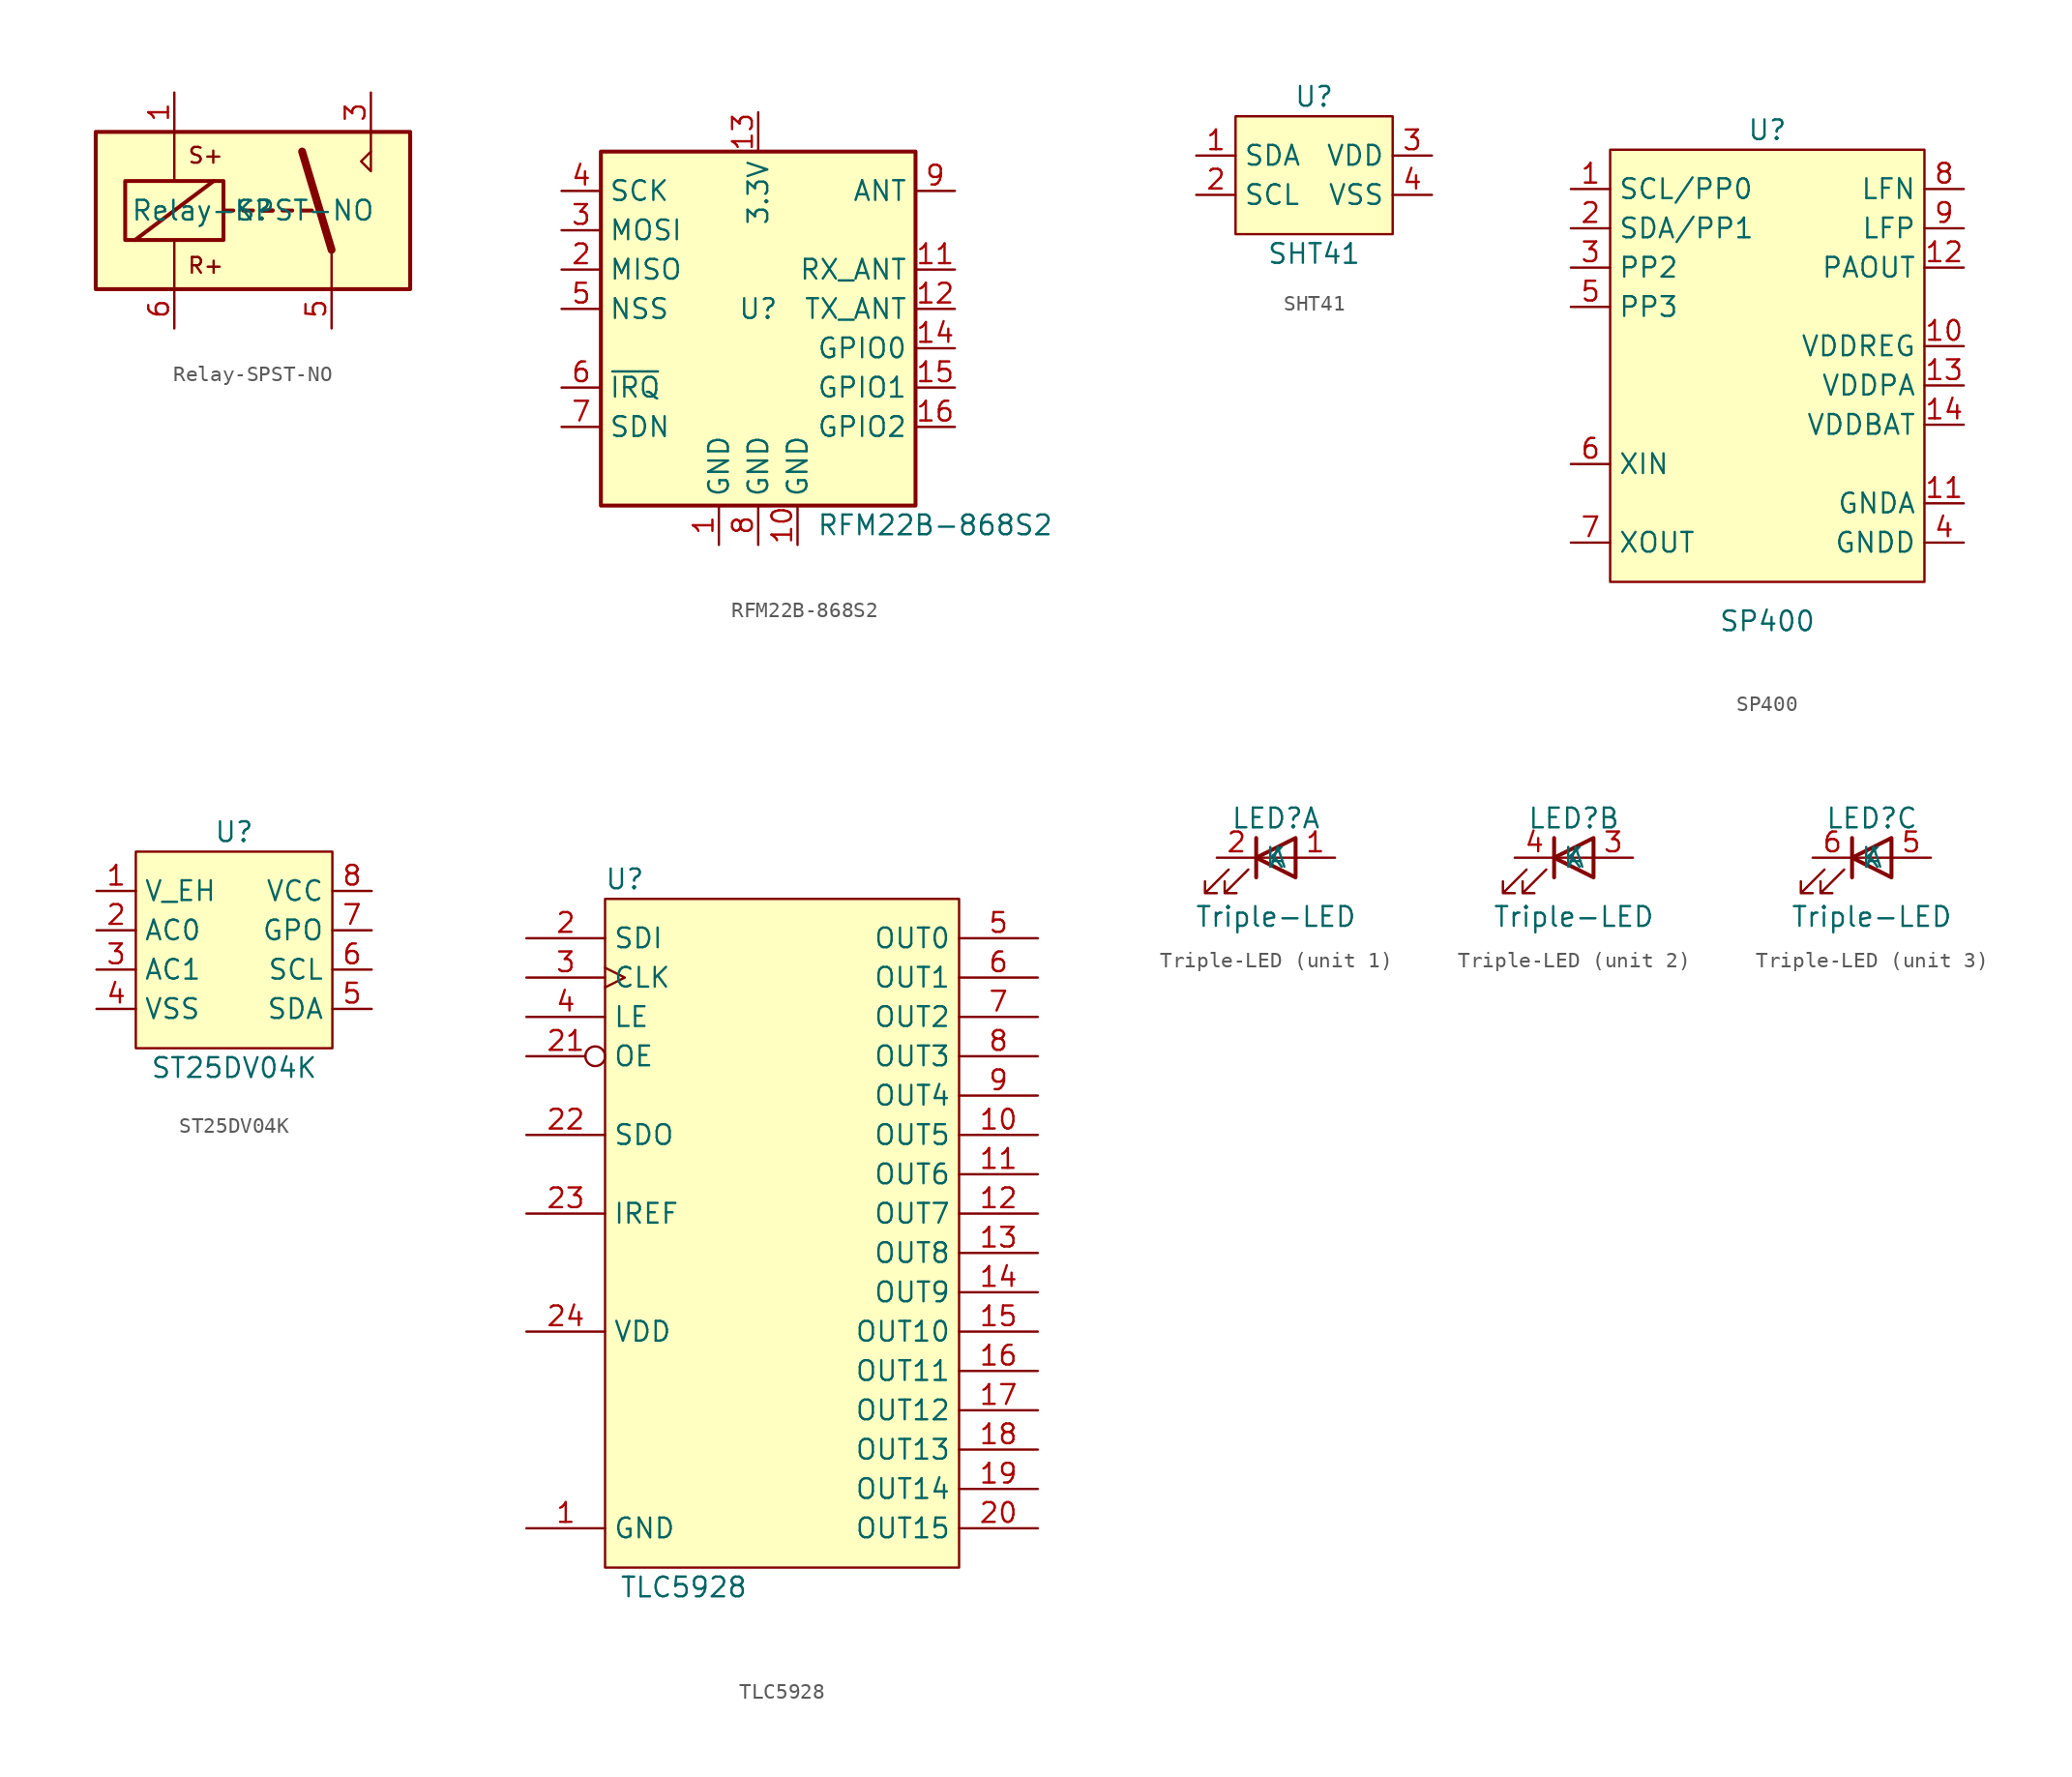
<source format=kicad_sym>
(kicad_symbol_lib
  (version 20211014)
  (generator kicad_symbol_editor)
  (symbol "Relay-SPST-NO"
    (property "Reference" "K"
      (at 0 0 0)
      (effects (font (size 1.27 1.27))))
    (property "Value" "Relay-SPST-NO"
      (at 0 0 0)
      (effects (font (size 1.27 1.27))))
    (symbol "Relay-SPST-NO_1_1"
      (rectangle (start -10.16 5.08) (end 10.16 -5.08) (stroke (width 0.254) (type default) (color 0 0 0 0)) (fill (type background)))
      (rectangle (start -8.255 1.905) (end -1.905 -1.905) (stroke (width 0.254) (type default) (color 0 0 0 0)) (fill (type none)))
      (polyline (pts (xy -7.62 -1.905) (xy -2.54 1.905)) (stroke (width 0.254) (type default) (color 0 0 0 0)) (fill (type none)))
      (polyline (pts (xy -5.08 -5.08) (xy -5.08 -1.905)) (stroke (width 0) (type default) (color 0 0 0 0)) (fill (type none)))
      (polyline (pts (xy -5.08 5.08) (xy -5.08 1.905)) (stroke (width 0) (type default) (color 0 0 0 0)) (fill (type none)))
      (polyline (pts (xy -1.905 0) (xy -1.27 0)) (stroke (width 0.254) (type default) (color 0 0 0 0)) (fill (type none)))
      (polyline (pts (xy -0.635 0) (xy 0 0)) (stroke (width 0.254) (type default) (color 0 0 0 0)) (fill (type none)))
      (polyline (pts (xy 0.635 0) (xy 1.27 0)) (stroke (width 0.254) (type default) (color 0 0 0 0)) (fill (type none)))
      (polyline (pts (xy 0.635 0) (xy 1.27 0)) (stroke (width 0.254) (type default) (color 0 0 0 0)) (fill (type none)))
      (polyline (pts (xy 1.905 0) (xy 2.54 0)) (stroke (width 0.254) (type default) (color 0 0 0 0)) (fill (type none)))
      (polyline (pts (xy 3.175 0) (xy 3.81 0)) (stroke (width 0.254) (type default) (color 0 0 0 0)) (fill (type none)))
      (polyline (pts (xy 5.08 -2.54) (xy 3.175 3.81)) (stroke (width 0.508) (type default) (color 0 0 0 0)) (fill (type none)))
      (polyline (pts (xy 5.08 -2.54) (xy 5.08 -5.08)) (stroke (width 0) (type default) (color 0 0 0 0)) (fill (type none)))
      (polyline (pts (xy 7.62 3.81) (xy 7.62 5.08)) (stroke (width 0) (type default) (color 0 0 0 0)) (fill (type none)))
      (polyline (pts (xy 7.62 3.81) (xy 7.62 2.54) (xy 6.985 3.175) (xy 7.62 3.81)) (stroke (width 0) (type default) (color 0 0 0 0)) (fill (type none)))
      (text "R+" (at -3.048 -3.556 0) (effects (font (size 1.016 1.016))))
      (text "S+" (at -3.048 3.556 0) (effects (font (size 1.016 1.016))))
      (pin passive line (at -5.08 7.62 270) (length 2.54) (name "~" (effects (font (size 1.27 1.27)))) (number "1" (effects (font (size 1.27 1.27)))))
      (pin passive line (at 7.62 7.62 270) (length 2.54) (name "~" (effects (font (size 1.27 1.27)))) (number "3" (effects (font (size 1.27 1.27)))))
      (pin passive line (at 5.08 -7.62 90) (length 2.54) (name "~" (effects (font (size 1.27 1.27)))) (number "5" (effects (font (size 1.27 1.27)))))
      (pin passive line (at -5.08 -7.62 90) (length 2.54) (name "~" (effects (font (size 1.27 1.27)))) (number "6" (effects (font (size 1.27 1.27)))))))
  (symbol "RFM22B-868S2"
    (property "Reference" "U"
      (at 0 1.27 0)
      (effects (font (size 1.27 1.27))))
    (property "Value" "RFM22B-868S2"
      (at 11.43 -12.7 0)
      (effects (font (size 1.27 1.27))))
    (symbol "RFM22B-868S2_0_1"
      (rectangle (start -10.16 11.43) (end 10.16 -11.43) (stroke (width 0.254) (type default) (color 0 0 0 0)) (fill (type background))))
    (symbol "RFM22B-868S2_1_1"
      (pin power_in line (at -2.54 -13.97 90) (length 2.54) (name "GND" (effects (font (size 1.27 1.27)))) (number "1" (effects (font (size 1.27 1.27)))))
      (pin power_in line (at 2.54 -13.97 90) (length 2.54) (name "GND" (effects (font (size 1.27 1.27)))) (number "10" (effects (font (size 1.27 1.27)))))
      (pin bidirectional line (at 12.7 3.81 180) (length 2.54) (name "RX_ANT" (effects (font (size 1.27 1.27)))) (number "11" (effects (font (size 1.27 1.27)))))
      (pin bidirectional line (at 12.7 1.27 180) (length 2.54) (name "TX_ANT" (effects (font (size 1.27 1.27)))) (number "12" (effects (font (size 1.27 1.27)))))
      (pin power_in line (at 0 13.97 270) (length 2.54) (name "3.3V" (effects (font (size 1.27 1.27)))) (number "13" (effects (font (size 1.27 1.27)))))
      (pin bidirectional line (at 12.7 -1.27 180) (length 2.54) (name "GPIO0" (effects (font (size 1.27 1.27)))) (number "14" (effects (font (size 1.27 1.27)))))
      (pin bidirectional line (at 12.7 -3.81 180) (length 2.54) (name "GPIO1" (effects (font (size 1.27 1.27)))) (number "15" (effects (font (size 1.27 1.27)))))
      (pin bidirectional line (at 12.7 -6.35 180) (length 2.54) (name "GPIO2" (effects (font (size 1.27 1.27)))) (number "16" (effects (font (size 1.27 1.27)))))
      (pin output line (at -12.7 3.81 0) (length 2.54) (name "MISO" (effects (font (size 1.27 1.27)))) (number "2" (effects (font (size 1.27 1.27)))))
      (pin input line (at -12.7 6.35 0) (length 2.54) (name "MOSI" (effects (font (size 1.27 1.27)))) (number "3" (effects (font (size 1.27 1.27)))))
      (pin input line (at -12.7 8.89 0) (length 2.54) (name "SCK" (effects (font (size 1.27 1.27)))) (number "4" (effects (font (size 1.27 1.27)))))
      (pin input line (at -12.7 1.27 0) (length 2.54) (name "NSS" (effects (font (size 1.27 1.27)))) (number "5" (effects (font (size 1.27 1.27)))))
      (pin open_collector line (at -12.7 -3.81 0) (length 2.54) (name "~{IRQ}" (effects (font (size 1.27 1.27)))) (number "6" (effects (font (size 1.27 1.27)))))
      (pin input line (at -12.7 -6.35 0) (length 2.54) (name "SDN" (effects (font (size 1.27 1.27)))) (number "7" (effects (font (size 1.27 1.27)))))
      (pin power_in line (at 0 -13.97 90) (length 2.54) (name "GND" (effects (font (size 1.27 1.27)))) (number "8" (effects (font (size 1.27 1.27)))))
      (pin bidirectional line (at 12.7 8.89 180) (length 2.54) (name "ANT" (effects (font (size 1.27 1.27)))) (number "9" (effects (font (size 1.27 1.27)))))))
  (symbol "SHT41"
    (property "Reference" "U"
      (at 0 5.08 0)
      (effects (font (size 1.27 1.27))))
    (property "Value" "SHT41"
      (at 0 -5.08 0)
      (effects (font (size 1.27 1.27))))
    (symbol "SHT41_0_1"
      (rectangle (start -5.08 3.81) (end 5.08 -3.81) (stroke (width 0) (type default) (color 0 0 0 0)) (fill (type background))))
    (symbol "SHT41_1_1"
      (pin bidirectional line (at -7.62 1.27 0) (length 2.54) (name "SDA" (effects (font (size 1.27 1.27)))) (number "1" (effects (font (size 1.27 1.27)))))
      (pin bidirectional line (at -7.62 -1.27 0) (length 2.54) (name "SCL" (effects (font (size 1.27 1.27)))) (number "2" (effects (font (size 1.27 1.27)))))
      (pin power_in line (at 7.62 1.27 180) (length 2.54) (name "VDD" (effects (font (size 1.27 1.27)))) (number "3" (effects (font (size 1.27 1.27)))))
      (pin power_in line (at 7.62 -1.27 180) (length 2.54) (name "VSS" (effects (font (size 1.27 1.27)))) (number "4" (effects (font (size 1.27 1.27)))))))
  (symbol "SP400"
    (property "Reference" "U"
      (at 0 15.24 0)
      (effects (font (size 1.27 1.27))))
    (property "Value" "SP400"
      (at 0 -16.51 0)
      (effects (font (size 1.27 1.27))))
    (symbol "SP400_0_1"
      (rectangle (start -10.16 13.97) (end 10.16 -13.97) (stroke (width 0) (type default) (color 0 0 0 0)) (fill (type background))))
    (symbol "SP400_1_1"
      (pin bidirectional line (at -12.7 11.43 0) (length 2.54) (name "SCL/PP0" (effects (font (size 1.27 1.27)))) (number "1" (effects (font (size 1.27 1.27)))))
      (pin power_out line (at 12.7 1.27 180) (length 2.54) (name "VDDREG" (effects (font (size 1.27 1.27)))) (number "10" (effects (font (size 1.27 1.27)))))
      (pin power_in line (at 12.7 -8.89 180) (length 2.54) (name "GNDA" (effects (font (size 1.27 1.27)))) (number "11" (effects (font (size 1.27 1.27)))))
      (pin output line (at 12.7 6.35 180) (length 2.54) (name "PAOUT" (effects (font (size 1.27 1.27)))) (number "12" (effects (font (size 1.27 1.27)))))
      (pin power_out line (at 12.7 -1.27 180) (length 2.54) (name "VDDPA" (effects (font (size 1.27 1.27)))) (number "13" (effects (font (size 1.27 1.27)))))
      (pin power_in line (at 12.7 -3.81 180) (length 2.54) (name "VDDBAT" (effects (font (size 1.27 1.27)))) (number "14" (effects (font (size 1.27 1.27)))))
      (pin bidirectional line (at -12.7 8.89 0) (length 2.54) (name "SDA/PP1" (effects (font (size 1.27 1.27)))) (number "2" (effects (font (size 1.27 1.27)))))
      (pin bidirectional line (at -12.7 6.35 0) (length 2.54) (name "PP2" (effects (font (size 1.27 1.27)))) (number "3" (effects (font (size 1.27 1.27)))))
      (pin power_in line (at 12.7 -11.43 180) (length 2.54) (name "GNDD" (effects (font (size 1.27 1.27)))) (number "4" (effects (font (size 1.27 1.27)))))
      (pin bidirectional line (at -12.7 3.81 0) (length 2.54) (name "PP3" (effects (font (size 1.27 1.27)))) (number "5" (effects (font (size 1.27 1.27)))))
      (pin input line (at -12.7 -6.35 0) (length 2.54) (name "XIN" (effects (font (size 1.27 1.27)))) (number "6" (effects (font (size 1.27 1.27)))))
      (pin output line (at -12.7 -11.43 0) (length 2.54) (name "XOUT" (effects (font (size 1.27 1.27)))) (number "7" (effects (font (size 1.27 1.27)))))
      (pin input line (at 12.7 11.43 180) (length 2.54) (name "LFN" (effects (font (size 1.27 1.27)))) (number "8" (effects (font (size 1.27 1.27)))))
      (pin input line (at 12.7 8.89 180) (length 2.54) (name "LFP" (effects (font (size 1.27 1.27)))) (number "9" (effects (font (size 1.27 1.27)))))))
  (symbol "ST25DV04K"
    (property "Reference" "U"
      (at 0 7.62 0)
      (effects (font (size 1.27 1.27))))
    (property "Value" "ST25DV04K"
      (at 0 -7.62 0)
      (effects (font (size 1.27 1.27))))
    (symbol "ST25DV04K_0_1"
      (rectangle (start -6.35 6.35) (end 6.35 -6.35) (stroke (width 0) (type default) (color 0 0 0 0)) (fill (type background))))
    (symbol "ST25DV04K_1_1"
      (pin power_out line (at -8.89 3.81 0) (length 2.54) (name "V_EH" (effects (font (size 1.27 1.27)))) (number "1" (effects (font (size 1.27 1.27)))))
      (pin bidirectional line (at -8.89 1.27 0) (length 2.54) (name "AC0" (effects (font (size 1.27 1.27)))) (number "2" (effects (font (size 1.27 1.27)))))
      (pin bidirectional line (at -8.89 -1.27 0) (length 2.54) (name "AC1" (effects (font (size 1.27 1.27)))) (number "3" (effects (font (size 1.27 1.27)))))
      (pin power_in line (at -8.89 -3.81 0) (length 2.54) (name "VSS" (effects (font (size 1.27 1.27)))) (number "4" (effects (font (size 1.27 1.27)))))
      (pin bidirectional line (at 8.89 -3.81 180) (length 2.54) (name "SDA" (effects (font (size 1.27 1.27)))) (number "5" (effects (font (size 1.27 1.27)))))
      (pin bidirectional line (at 8.89 -1.27 180) (length 2.54) (name "SCL" (effects (font (size 1.27 1.27)))) (number "6" (effects (font (size 1.27 1.27)))))
      (pin output line (at 8.89 1.27 180) (length 2.54) (name "GPO" (effects (font (size 1.27 1.27)))) (number "7" (effects (font (size 1.27 1.27)))))
      (pin power_in line (at 8.89 3.81 180) (length 2.54) (name "VCC" (effects (font (size 1.27 1.27)))) (number "8" (effects (font (size 1.27 1.27)))))
      (pin free line (at -8.89 -3.81 0) (length 2.54) hide (name "VSS" (effects (font (size 1.27 1.27)))) (number "9" (effects (font (size 1.27 1.27)))))))
  (symbol "TLC5928"
    (property "Reference" "U"
      (at -10.16 21.59 0)
      (effects (font (size 1.27 1.27))))
    (property "Value" "TLC5928"
      (at -6.35 -24.13 0)
      (effects (font (size 1.27 1.27))))
    (symbol "TLC5928_0_1"
      (rectangle (start -11.43 20.32) (end 11.43 -22.86) (stroke (width 0) (type default) (color 0 0 0 0)) (fill (type background))))
    (symbol "TLC5928_1_1"
      (pin power_in line (at -16.51 -20.32 0) (length 5.08) (name "GND" (effects (font (size 1.27 1.27)))) (number "1" (effects (font (size 1.27 1.27)))))
      (pin output line (at 16.51 5.08 180) (length 5.08) (name "OUT5" (effects (font (size 1.27 1.27)))) (number "10" (effects (font (size 1.27 1.27)))))
      (pin output line (at 16.51 2.54 180) (length 5.08) (name "OUT6" (effects (font (size 1.27 1.27)))) (number "11" (effects (font (size 1.27 1.27)))))
      (pin output line (at 16.51 0 180) (length 5.08) (name "OUT7" (effects (font (size 1.27 1.27)))) (number "12" (effects (font (size 1.27 1.27)))))
      (pin output line (at 16.51 -2.54 180) (length 5.08) (name "OUT8" (effects (font (size 1.27 1.27)))) (number "13" (effects (font (size 1.27 1.27)))))
      (pin output line (at 16.51 -5.08 180) (length 5.08) (name "OUT9" (effects (font (size 1.27 1.27)))) (number "14" (effects (font (size 1.27 1.27)))))
      (pin output line (at 16.51 -7.62 180) (length 5.08) (name "OUT10" (effects (font (size 1.27 1.27)))) (number "15" (effects (font (size 1.27 1.27)))))
      (pin output line (at 16.51 -10.16 180) (length 5.08) (name "OUT11" (effects (font (size 1.27 1.27)))) (number "16" (effects (font (size 1.27 1.27)))))
      (pin output line (at 16.51 -12.7 180) (length 5.08) (name "OUT12" (effects (font (size 1.27 1.27)))) (number "17" (effects (font (size 1.27 1.27)))))
      (pin output line (at 16.51 -15.24 180) (length 5.08) (name "OUT13" (effects (font (size 1.27 1.27)))) (number "18" (effects (font (size 1.27 1.27)))))
      (pin output line (at 16.51 -17.78 180) (length 5.08) (name "OUT14" (effects (font (size 1.27 1.27)))) (number "19" (effects (font (size 1.27 1.27)))))
      (pin input line (at -16.51 17.78 0) (length 5.08) (name "SDI" (effects (font (size 1.27 1.27)))) (number "2" (effects (font (size 1.27 1.27)))))
      (pin output line (at 16.51 -20.32 180) (length 5.08) (name "OUT15" (effects (font (size 1.27 1.27)))) (number "20" (effects (font (size 1.27 1.27)))))
      (pin input inverted (at -16.51 10.16 0) (length 5.08) (name "OE" (effects (font (size 1.27 1.27)))) (number "21" (effects (font (size 1.27 1.27)))))
      (pin output line (at -16.51 5.08 0) (length 5.08) (name "SDO" (effects (font (size 1.27 1.27)))) (number "22" (effects (font (size 1.27 1.27)))))
      (pin passive line (at -16.51 0 0) (length 5.08) (name "IREF" (effects (font (size 1.27 1.27)))) (number "23" (effects (font (size 1.27 1.27)))))
      (pin power_in line (at -16.51 -7.62 0) (length 5.08) (name "VDD" (effects (font (size 1.27 1.27)))) (number "24" (effects (font (size 1.27 1.27)))))
      (pin passive line (at -16.51 -20.32 0) (length 5.08) hide (name "EP" (effects (font (size 1.27 1.27)))) (number "25" (effects (font (size 1.27 1.27)))))
      (pin input clock (at -16.51 15.24 0) (length 5.08) (name "CLK" (effects (font (size 1.27 1.27)))) (number "3" (effects (font (size 1.27 1.27)))))
      (pin input line (at -16.51 12.7 0) (length 5.08) (name "LE" (effects (font (size 1.27 1.27)))) (number "4" (effects (font (size 1.27 1.27)))))
      (pin output line (at 16.51 17.78 180) (length 5.08) (name "OUT0" (effects (font (size 1.27 1.27)))) (number "5" (effects (font (size 1.27 1.27)))))
      (pin output line (at 16.51 15.24 180) (length 5.08) (name "OUT1" (effects (font (size 1.27 1.27)))) (number "6" (effects (font (size 1.27 1.27)))))
      (pin output line (at 16.51 12.7 180) (length 5.08) (name "OUT2" (effects (font (size 1.27 1.27)))) (number "7" (effects (font (size 1.27 1.27)))))
      (pin output line (at 16.51 10.16 180) (length 5.08) (name "OUT3" (effects (font (size 1.27 1.27)))) (number "8" (effects (font (size 1.27 1.27)))))
      (pin output line (at 16.51 7.62 180) (length 5.08) (name "OUT4" (effects (font (size 1.27 1.27)))) (number "9" (effects (font (size 1.27 1.27)))))))
  (symbol "Triple-LED"
    (property "Reference" "LED"
      (at 0 2.54 0)
      (effects (font (size 1.27 1.27))))
    (property "Value" "Triple-LED"
      (at 0 -3.81 0)
      (effects (font (size 1.27 1.27))))
    (symbol "Triple-LED_0_1"
      (polyline (pts (xy -1.27 -1.27) (xy -1.27 1.27)) (stroke (width 0.254) (type default) (color 0 0 0 0)) (fill (type none)))
      (polyline (pts (xy -1.27 0) (xy 1.27 0)) (stroke (width 0) (type default) (color 0 0 0 0)) (fill (type none)))
      (polyline (pts (xy 1.27 -1.27) (xy 1.27 1.27) (xy -1.27 0) (xy 1.27 -1.27)) (stroke (width 0.254) (type default) (color 0 0 0 0)) (fill (type none)))
      (polyline (pts (xy -3.048 -0.762) (xy -4.572 -2.286) (xy -3.81 -2.286) (xy -4.572 -2.286) (xy -4.572 -1.524)) (stroke (width 0) (type default) (color 0 0 0 0)) (fill (type none)))
      (polyline (pts (xy -1.778 -0.762) (xy -3.302 -2.286) (xy -2.54 -2.286) (xy -3.302 -2.286) (xy -3.302 -1.524)) (stroke (width 0) (type default) (color 0 0 0 0)) (fill (type none))))
    (symbol "Triple-LED_1_1"
      (pin passive line (at 3.81 0 180) (length 2.54) (name "A" (effects (font (size 1.27 1.27)))) (number "1" (effects (font (size 1.27 1.27)))))
      (pin passive line (at -3.81 0 0) (length 2.54) (name "K" (effects (font (size 1.27 1.27)))) (number "2" (effects (font (size 1.27 1.27))))))
    (symbol "Triple-LED_2_1"
      (pin passive line (at 3.81 0 180) (length 2.54) (name "A" (effects (font (size 1.27 1.27)))) (number "3" (effects (font (size 1.27 1.27)))))
      (pin passive line (at -3.81 0 0) (length 2.54) (name "K" (effects (font (size 1.27 1.27)))) (number "4" (effects (font (size 1.27 1.27))))))
    (symbol "Triple-LED_3_1"
      (pin passive line (at 3.81 0 180) (length 2.54) (name "A" (effects (font (size 1.27 1.27)))) (number "5" (effects (font (size 1.27 1.27)))))
      (pin passive line (at -3.81 0 0) (length 2.54) (name "K" (effects (font (size 1.27 1.27)))) (number "6" (effects (font (size 1.27 1.27))))))))
</source>
